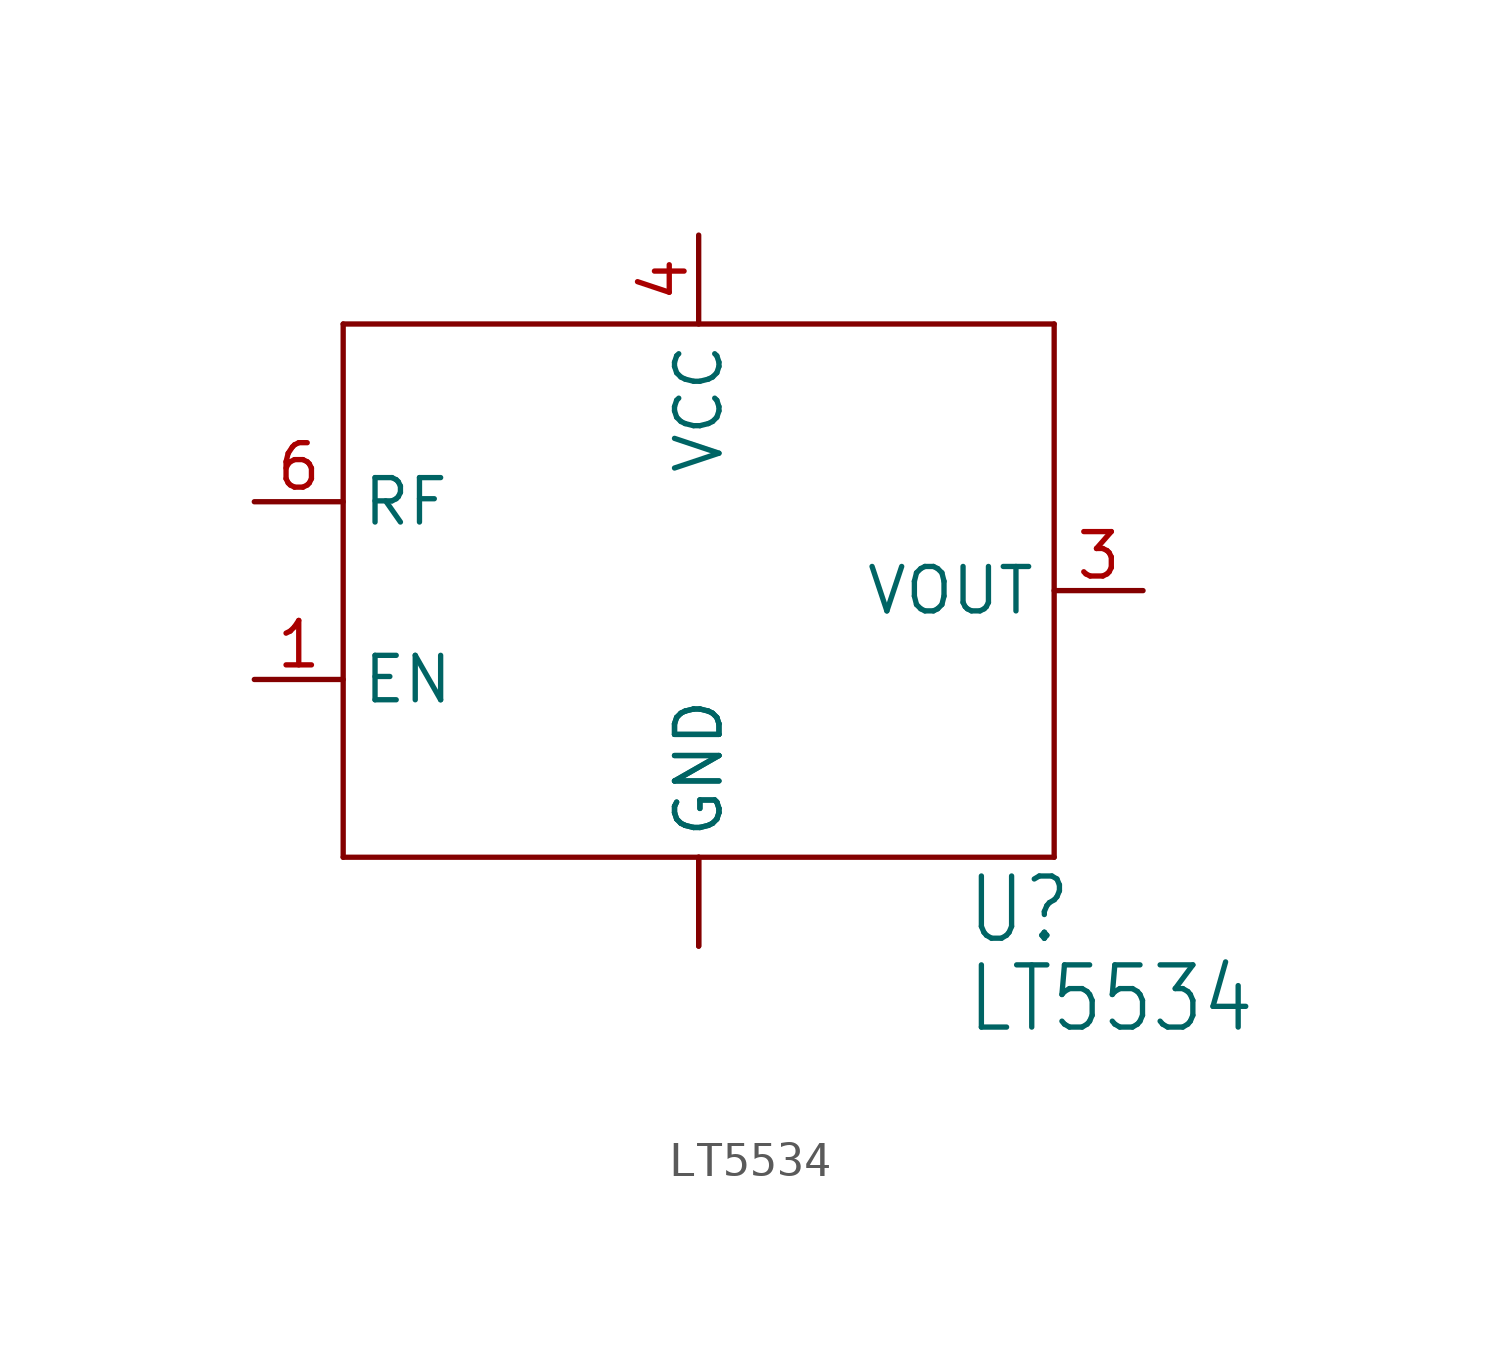
<source format=kicad_sym>
(kicad_symbol_lib
  (version 20211014)
  (generator kicad_symbol_editor)
  (symbol "LT5534"
    (property "Reference" "U"
      (at 7.62 -10.16 0)
      (effects (font (size 1.778 1.511)) (justify left bottom)))
    (property "Value" "LT5534"
      (at 7.62 -12.7 0)
      (effects (font (size 1.778 1.511)) (justify left bottom)))
    (property "ki_locked" ""
      (at 0 0 0)
      (effects (font (size 1.27 1.27))))
    (symbol "LT5534_1_0"
      (polyline (pts (xy -10.16 -7.62) (xy 10.16 -7.62)) (stroke (width 0.152) (type default) (color 0 0 0 0)) (fill (type none)))
      (polyline (pts (xy -10.16 7.62) (xy -10.16 -7.62)) (stroke (width 0.152) (type default) (color 0 0 0 0)) (fill (type none)))
      (polyline (pts (xy 10.16 -7.62) (xy 10.16 7.62)) (stroke (width 0.152) (type default) (color 0 0 0 0)) (fill (type none)))
      (polyline (pts (xy 10.16 7.62) (xy -10.16 7.62)) (stroke (width 0.152) (type default) (color 0 0 0 0)) (fill (type none)))
      (pin input line (at -12.7 -2.54 0) (length 2.54) (name "EN" (effects (font (size 1.27 1.27)))) (number "1" (effects (font (size 1.27 1.27)))))
      (pin power_in line (at 0 -10.16 90) (length 2.54) (name "GND" (effects (font (size 1.27 1.27)))) (number "2" (effects (font (size 0 0)))))
      (pin output line (at 12.7 0 180) (length 2.54) (name "VOUT" (effects (font (size 1.27 1.27)))) (number "3" (effects (font (size 1.27 1.27)))))
      (pin power_in line (at 0 10.16 270) (length 2.54) (name "VCC" (effects (font (size 1.27 1.27)))) (number "4" (effects (font (size 1.27 1.27)))))
      (pin power_in line (at 0 -10.16 90) (length 2.54) (name "GND" (effects (font (size 1.27 1.27)))) (number "5" (effects (font (size 0 0)))))
      (pin input line (at -12.7 2.54 0) (length 2.54) (name "RF" (effects (font (size 1.27 1.27)))) (number "6" (effects (font (size 1.27 1.27))))))))
</source>
